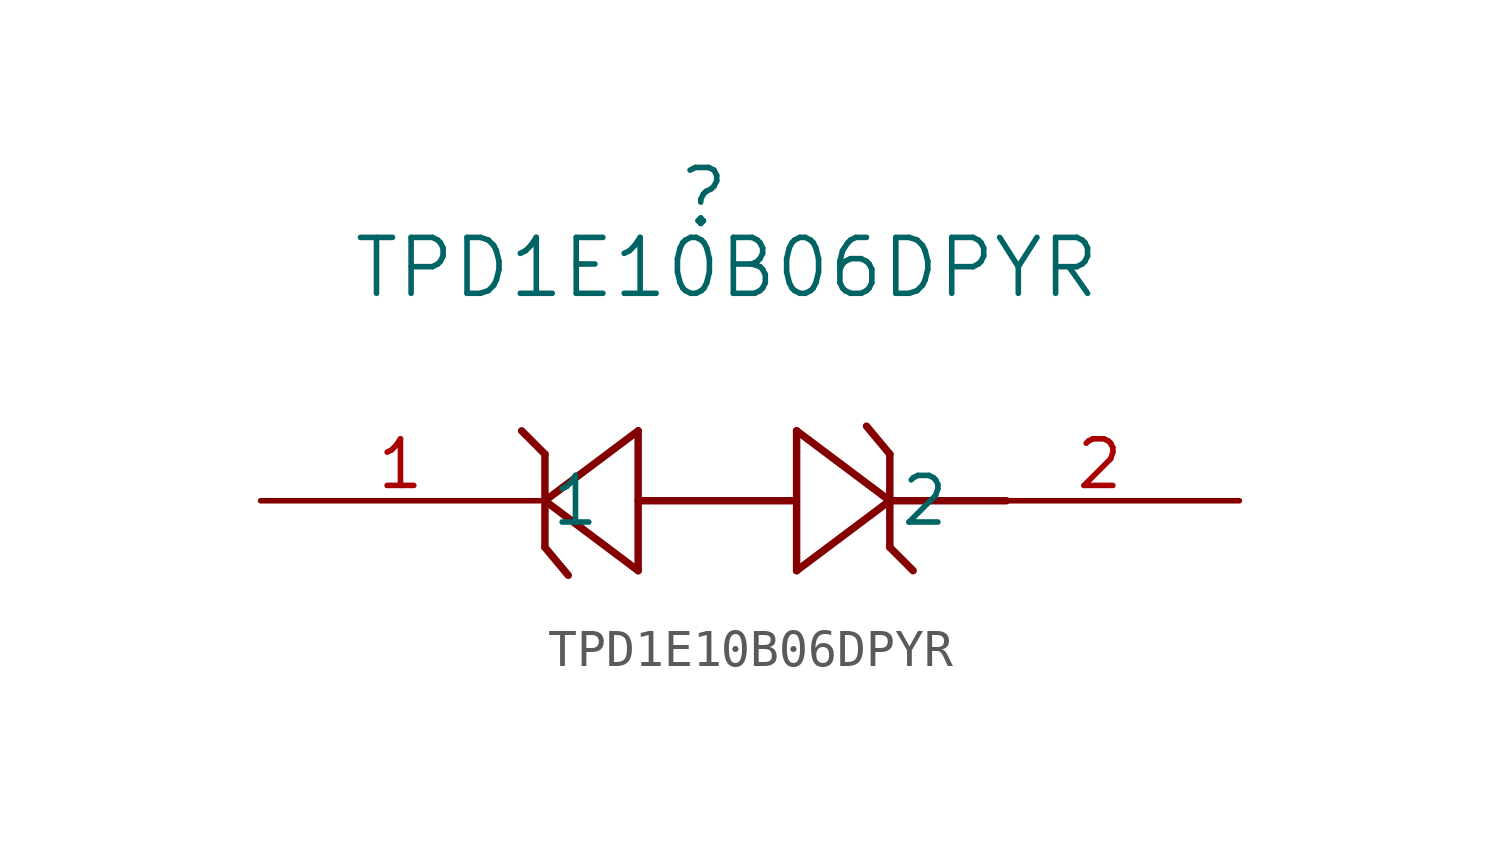
<source format=kicad_sym>
(kicad_symbol_lib
  (version 20220914)
  (generator kicad_symbol_editor)
  (symbol "TPD1E10B06DPYR"
    (pin_names
      (offset 0.254))
    (property "Reference" ""
      (at 14.605 8.255 0)
      (effects (font (size 1.524 1.524))))
    (property "Value" "TPD1E10B06DPYR"
      (at 15.24 6.35 0)
      (effects (font (size 1.524 1.524))))
    (property "ki_locked" ""
      (at 0 0 0)
      (effects (font (size 1.27 1.27))))
    (symbol "TPD1E10B06DPYR_0_1"
      (polyline (pts (xy 9.652 1.905) (xy 10.287 1.27)) (stroke (width 0.203) (type default)) (fill (type none)))
      (polyline (pts (xy 10.287 0) (xy 12.827 -1.905)) (stroke (width 0.203) (type default)) (fill (type none)))
      (polyline (pts (xy 10.287 1.27) (xy 10.287 -1.27)) (stroke (width 0.203) (type default)) (fill (type none)))
      (polyline (pts (xy 10.922 -2.032) (xy 10.287 -1.27)) (stroke (width 0.203) (type default)) (fill (type none)))
      (polyline (pts (xy 12.827 -1.905) (xy 12.827 1.905)) (stroke (width 0.203) (type default)) (fill (type none)))
      (polyline (pts (xy 12.827 1.905) (xy 10.287 0)) (stroke (width 0.203) (type default)) (fill (type none)))
      (polyline (pts (xy 17.018 0) (xy 12.827 0)) (stroke (width 0.203) (type default)) (fill (type none)))
      (polyline (pts (xy 17.145 -1.905) (xy 19.685 0)) (stroke (width 0.203) (type default)) (fill (type none)))
      (polyline (pts (xy 17.145 1.905) (xy 17.145 -1.905)) (stroke (width 0.203) (type default)) (fill (type none)))
      (polyline (pts (xy 19.05 2.032) (xy 19.685 1.27)) (stroke (width 0.203) (type default)) (fill (type none)))
      (polyline (pts (xy 19.685 -1.27) (xy 19.685 1.27)) (stroke (width 0.203) (type default)) (fill (type none)))
      (polyline (pts (xy 19.685 0) (xy 17.145 1.905)) (stroke (width 0.203) (type default)) (fill (type none)))
      (polyline (pts (xy 19.685 0) (xy 22.86 0)) (stroke (width 0.203) (type default)) (fill (type none)))
      (polyline (pts (xy 20.32 -1.905) (xy 19.685 -1.27)) (stroke (width 0.203) (type default)) (fill (type none)))
      (pin unspecified line (at 2.54 0 0) (length 7.62) (name "1" (effects (font (size 1.27 1.27)))) (number "1" (effects (font (size 1.27 1.27)))))
      (pin unspecified line (at 29.21 0 180) (length 7.62) (name "2" (effects (font (size 1.27 1.27)))) (number "2" (effects (font (size 1.27 1.27))))))))
</source>
